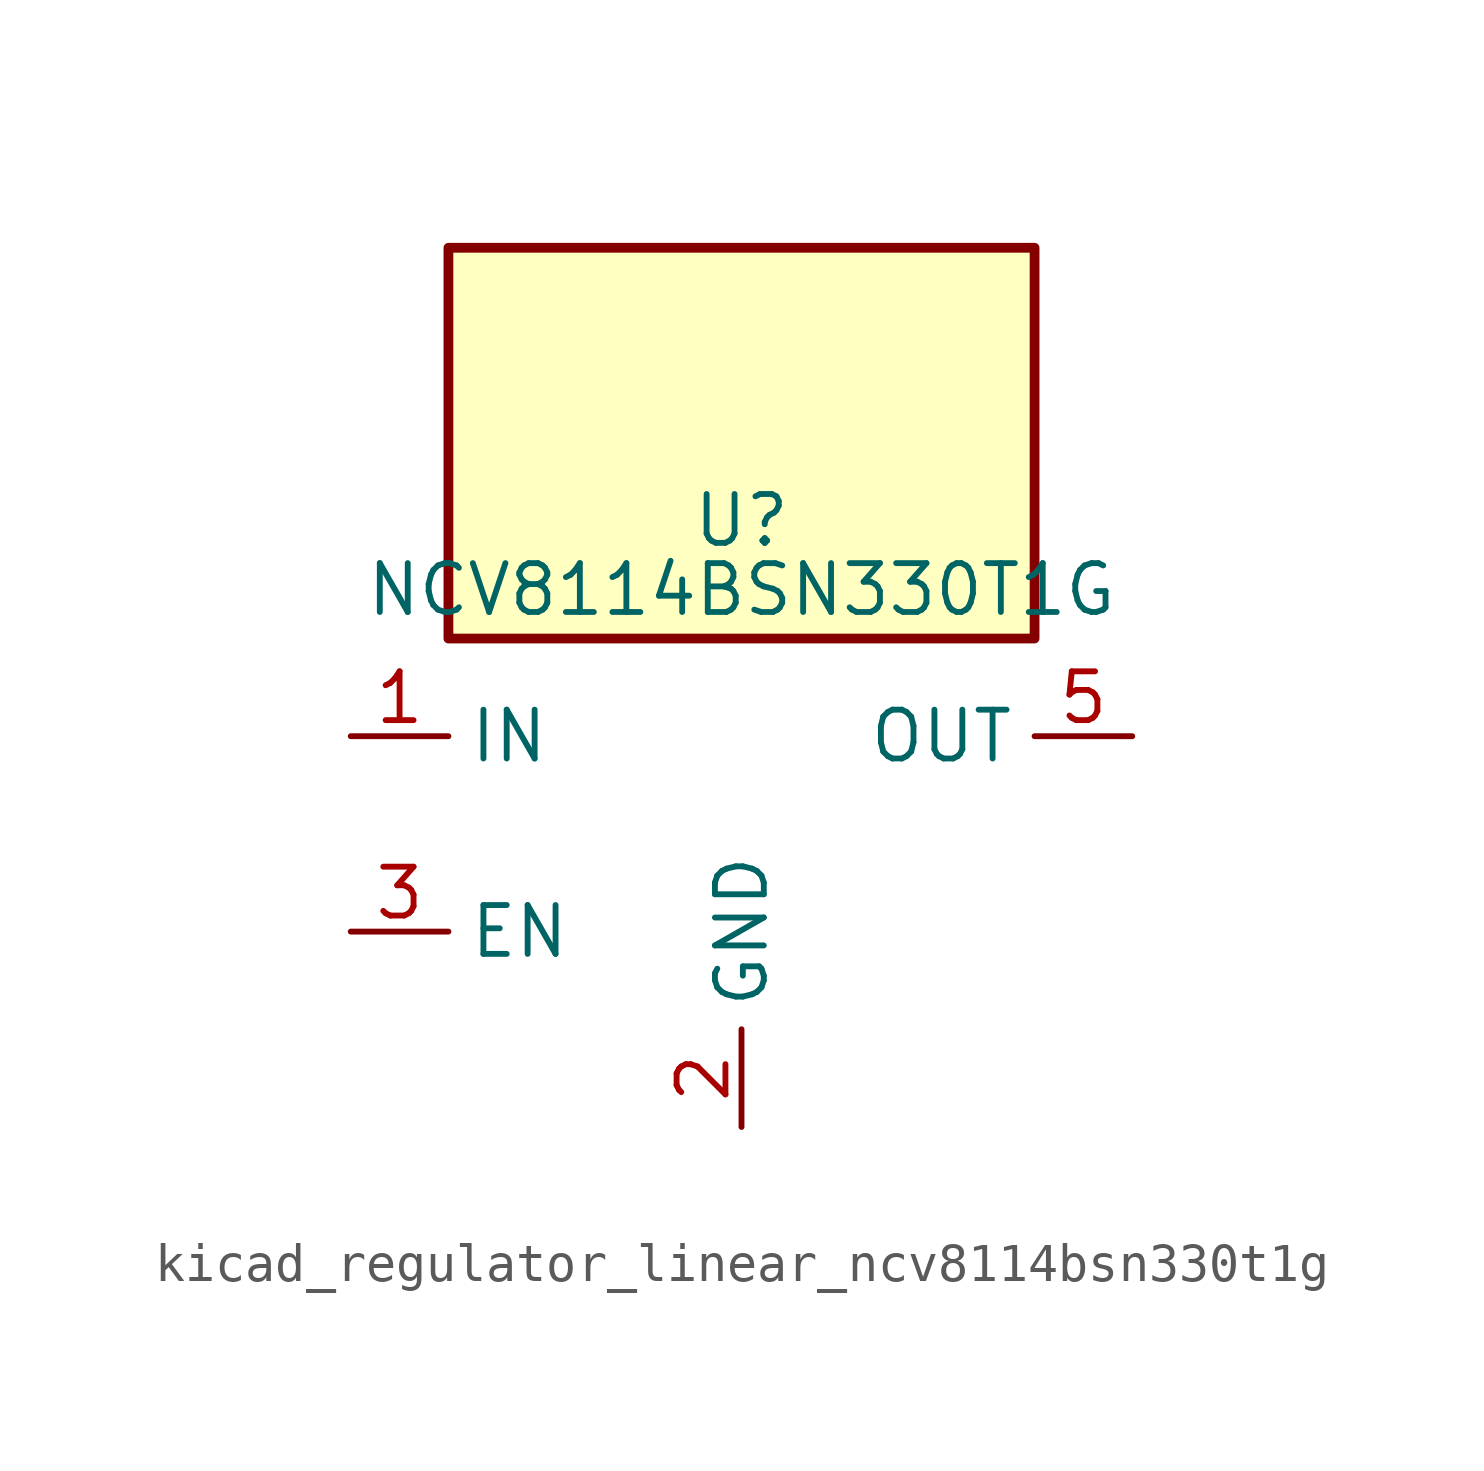
<source format=kicad_sym>
(kicad_symbol_lib
  (version 20220914)
  (generator kicad_symbol_editor)
  (symbol "kicad_regulator_linear_ncv8114bsn330t1g"
    (property "Reference" "U"
      (at 0 8.89 0)
      (effects (font (size 1.27 1.27)) (justify top)))
    (property "Value" "NCV8114BSN330T1G"
      (at 0 6.35 0)
      (effects (font (size 1.27 1.27))))
    (symbol "kicad_regulator_linear_ncv8114bsn330t1g_0_1"
      (rectangle (start 7.62 15.24) (end -7.62 5.08) (stroke (width 0.254) (type default)) (fill (type background))))
    (symbol "kicad_regulator_linear_ncv8114bsn330t1g_1_1"
      (pin power_in line (at -10.16 2.54 0) (length 2.54) (name "IN" (effects (font (size 1.27 1.27)))) (number "1" (effects (font (size 1.27 1.27)))))
      (pin power_in line (at 0 -7.62 90) (length 2.54) (name "GND" (effects (font (size 1.27 1.27)))) (number "2" (effects (font (size 1.27 1.27)))))
      (pin input line (at -10.16 -2.54 0) (length 2.54) (name "EN" (effects (font (size 1.27 1.27)))) (number "3" (effects (font (size 1.27 1.27)))))
      (pin no_connect line (at 7.62 -2.54 180) (length 2.54) hide (name "NC" (effects (font (size 1.27 1.27)))) (number "4" (effects (font (size 1.27 1.27)))))
      (pin power_out line (at 10.16 2.54 180) (length 2.54) (name "OUT" (effects (font (size 1.27 1.27)))) (number "5" (effects (font (size 1.27 1.27))))))))
</source>
